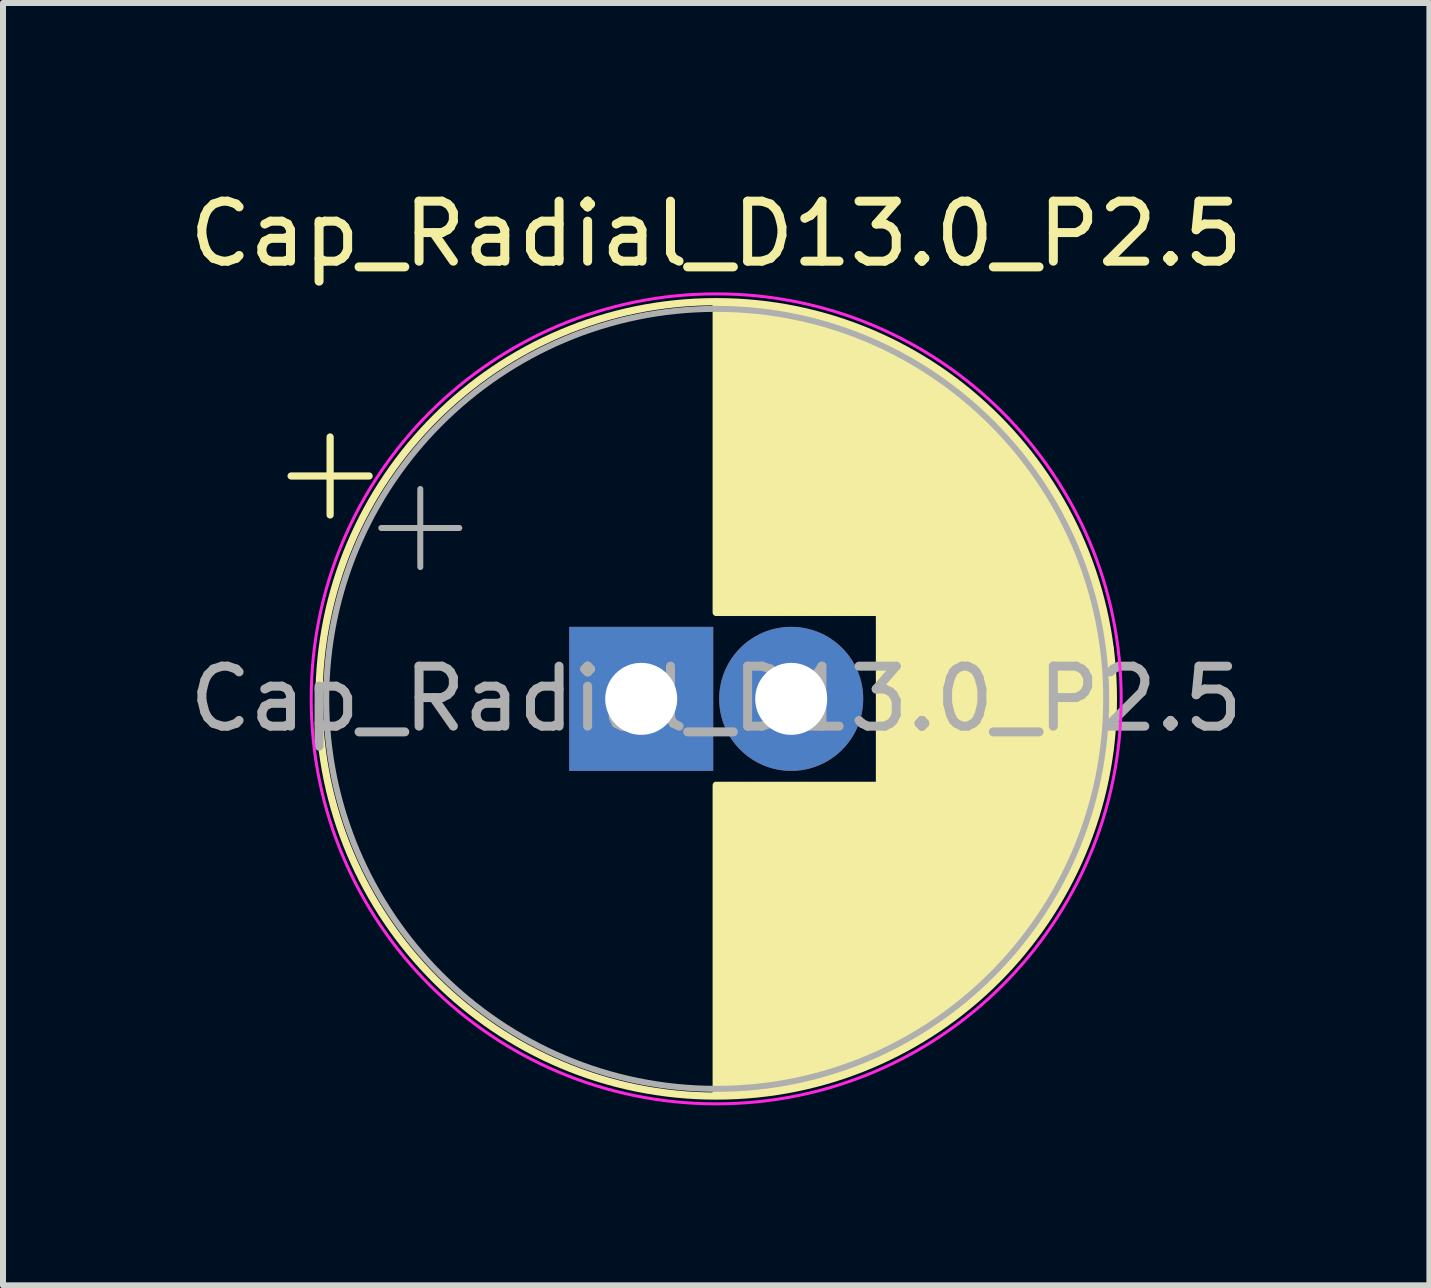
<source format=kicad_pcb>
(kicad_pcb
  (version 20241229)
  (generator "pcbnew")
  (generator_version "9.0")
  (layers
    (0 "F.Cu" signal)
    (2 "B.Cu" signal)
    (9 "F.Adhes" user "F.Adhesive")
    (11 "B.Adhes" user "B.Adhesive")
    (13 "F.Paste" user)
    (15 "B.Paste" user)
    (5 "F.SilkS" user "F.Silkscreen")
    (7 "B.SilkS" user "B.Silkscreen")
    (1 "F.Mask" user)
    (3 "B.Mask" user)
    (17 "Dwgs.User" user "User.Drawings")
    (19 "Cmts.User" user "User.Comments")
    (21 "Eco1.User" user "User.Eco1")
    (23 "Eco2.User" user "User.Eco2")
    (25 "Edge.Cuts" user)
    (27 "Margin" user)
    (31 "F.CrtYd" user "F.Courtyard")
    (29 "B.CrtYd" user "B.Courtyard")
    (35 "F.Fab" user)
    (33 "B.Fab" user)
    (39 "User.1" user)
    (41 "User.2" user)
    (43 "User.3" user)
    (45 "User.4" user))
  (footprint "Cap_Radial_D13.0_P2.5"
    (layer "F.Cu")
    (at 7.637 8.598)
    (property "Reference" "Cap_Radial_D13.0_P2.5" (at 1.25 -7.75 0) (layer "F.SilkS") (effects (font (size 1 1) (thickness 0.15))))
    (fp_line (start -5.835 -3.715) (end -4.535 -3.715) (stroke (width 0.12) (type solid)) (layer "F.SilkS"))
    (fp_line (start -5.185 -4.365) (end -5.185 -3.065) (stroke (width 0.12) (type solid)) (layer "F.SilkS"))
    (fp_line (start 1.25 -6.58) (end 1.25 -1.44) (stroke (width 0.12) (type solid)) (layer "F.SilkS"))
    (fp_line (start 1.25 1.44) (end 1.25 6.58) (stroke (width 0.12) (type solid)) (layer "F.SilkS"))
    (fp_line (start 1.29 -6.58) (end 1.29 -1.44) (stroke (width 0.12) (type solid)) (layer "F.SilkS"))
    (fp_line (start 1.29 1.44) (end 1.29 6.58) (stroke (width 0.12) (type solid)) (layer "F.SilkS"))
    (fp_line (start 1.33 -6.58) (end 1.33 -1.44) (stroke (width 0.12) (type solid)) (layer "F.SilkS"))
    (fp_line (start 1.33 1.44) (end 1.33 6.58) (stroke (width 0.12) (type solid)) (layer "F.SilkS"))
    (fp_line (start 1.37 -6.579) (end 1.37 -1.44) (stroke (width 0.12) (type solid)) (layer "F.SilkS"))
    (fp_line (start 1.37 1.44) (end 1.37 6.579) (stroke (width 0.12) (type solid)) (layer "F.SilkS"))
    (fp_line (start 1.41 -6.579) (end 1.41 -1.44) (stroke (width 0.12) (type solid)) (layer "F.SilkS"))
    (fp_line (start 1.41 1.44) (end 1.41 6.579) (stroke (width 0.12) (type solid)) (layer "F.SilkS"))
    (fp_line (start 1.45 -6.577) (end 1.45 -1.44) (stroke (width 0.12) (type solid)) (layer "F.SilkS"))
    (fp_line (start 1.45 1.44) (end 1.45 6.577) (stroke (width 0.12) (type solid)) (layer "F.SilkS"))
    (fp_line (start 1.49 -6.576) (end 1.49 -1.44) (stroke (width 0.12) (type solid)) (layer "F.SilkS"))
    (fp_line (start 1.49 1.44) (end 1.49 6.576) (stroke (width 0.12) (type solid)) (layer "F.SilkS"))
    (fp_line (start 1.53 -6.575) (end 1.53 -1.44) (stroke (width 0.12) (type solid)) (layer "F.SilkS"))
    (fp_line (start 1.53 1.44) (end 1.53 6.575) (stroke (width 0.12) (type solid)) (layer "F.SilkS"))
    (fp_line (start 1.57 -6.573) (end 1.57 -1.44) (stroke (width 0.12) (type solid)) (layer "F.SilkS"))
    (fp_line (start 1.57 1.44) (end 1.57 6.573) (stroke (width 0.12) (type solid)) (layer "F.SilkS"))
    (fp_line (start 1.61 -6.571) (end 1.61 -1.44) (stroke (width 0.12) (type solid)) (layer "F.SilkS"))
    (fp_line (start 1.61 1.44) (end 1.61 6.571) (stroke (width 0.12) (type solid)) (layer "F.SilkS"))
    (fp_line (start 1.65 -6.568) (end 1.65 -1.44) (stroke (width 0.12) (type solid)) (layer "F.SilkS"))
    (fp_line (start 1.65 1.44) (end 1.65 6.568) (stroke (width 0.12) (type solid)) (layer "F.SilkS"))
    (fp_line (start 1.69 -6.566) (end 1.69 -1.44) (stroke (width 0.12) (type solid)) (layer "F.SilkS"))
    (fp_line (start 1.69 1.44) (end 1.69 6.566) (stroke (width 0.12) (type solid)) (layer "F.SilkS"))
    (fp_line (start 1.73 -6.563) (end 1.73 -1.44) (stroke (width 0.12) (type solid)) (layer "F.SilkS"))
    (fp_line (start 1.73 1.44) (end 1.73 6.563) (stroke (width 0.12) (type solid)) (layer "F.SilkS"))
    (fp_line (start 1.77 -6.56) (end 1.77 -1.44) (stroke (width 0.12) (type solid)) (layer "F.SilkS"))
    (fp_line (start 1.77 1.44) (end 1.77 6.56) (stroke (width 0.12) (type solid)) (layer "F.SilkS"))
    (fp_line (start 1.81 -6.557) (end 1.81 -1.44) (stroke (width 0.12) (type solid)) (layer "F.SilkS"))
    (fp_line (start 1.81 1.44) (end 1.81 6.557) (stroke (width 0.12) (type solid)) (layer "F.SilkS"))
    (fp_line (start 1.85 -6.553) (end 1.85 -1.44) (stroke (width 0.12) (type solid)) (layer "F.SilkS"))
    (fp_line (start 1.85 1.44) (end 1.85 6.553) (stroke (width 0.12) (type solid)) (layer "F.SilkS"))
    (fp_line (start 1.89 -6.549) (end 1.89 -1.44) (stroke (width 0.12) (type solid)) (layer "F.SilkS"))
    (fp_line (start 1.89 1.44) (end 1.89 6.549) (stroke (width 0.12) (type solid)) (layer "F.SilkS"))
    (fp_line (start 1.93 -6.545) (end 1.93 -1.44) (stroke (width 0.12) (type solid)) (layer "F.SilkS"))
    (fp_line (start 1.93 1.44) (end 1.93 6.545) (stroke (width 0.12) (type solid)) (layer "F.SilkS"))
    (fp_line (start 1.971 -6.541) (end 1.971 -1.44) (stroke (width 0.12) (type solid)) (layer "F.SilkS"))
    (fp_line (start 1.971 1.44) (end 1.971 6.541) (stroke (width 0.12) (type solid)) (layer "F.SilkS"))
    (fp_line (start 2.011 -6.537) (end 2.011 -1.44) (stroke (width 0.12) (type solid)) (layer "F.SilkS"))
    (fp_line (start 2.011 1.44) (end 2.011 6.537) (stroke (width 0.12) (type solid)) (layer "F.SilkS"))
    (fp_line (start 2.051 -6.532) (end 2.051 -1.44) (stroke (width 0.12) (type solid)) (layer "F.SilkS"))
    (fp_line (start 2.051 1.44) (end 2.051 6.532) (stroke (width 0.12) (type solid)) (layer "F.SilkS"))
    (fp_line (start 2.091 -6.527) (end 2.091 -1.44) (stroke (width 0.12) (type solid)) (layer "F.SilkS"))
    (fp_line (start 2.091 1.44) (end 2.091 6.527) (stroke (width 0.12) (type solid)) (layer "F.SilkS"))
    (fp_line (start 2.131 -6.522) (end 2.131 -1.44) (stroke (width 0.12) (type solid)) (layer "F.SilkS"))
    (fp_line (start 2.131 1.44) (end 2.131 6.522) (stroke (width 0.12) (type solid)) (layer "F.SilkS"))
    (fp_line (start 2.171 -6.516) (end 2.171 -1.44) (stroke (width 0.12) (type solid)) (layer "F.SilkS"))
    (fp_line (start 2.171 1.44) (end 2.171 6.516) (stroke (width 0.12) (type solid)) (layer "F.SilkS"))
    (fp_line (start 2.211 -6.511) (end 2.211 -1.44) (stroke (width 0.12) (type solid)) (layer "F.SilkS"))
    (fp_line (start 2.211 1.44) (end 2.211 6.511) (stroke (width 0.12) (type solid)) (layer "F.SilkS"))
    (fp_line (start 2.251 -6.505) (end 2.251 -1.44) (stroke (width 0.12) (type solid)) (layer "F.SilkS"))
    (fp_line (start 2.251 1.44) (end 2.251 6.505) (stroke (width 0.12) (type solid)) (layer "F.SilkS"))
    (fp_line (start 2.291 -6.498) (end 2.291 -1.44) (stroke (width 0.12) (type solid)) (layer "F.SilkS"))
    (fp_line (start 2.291 1.44) (end 2.291 6.498) (stroke (width 0.12) (type solid)) (layer "F.SilkS"))
    (fp_line (start 2.331 -6.492) (end 2.331 -1.44) (stroke (width 0.12) (type solid)) (layer "F.SilkS"))
    (fp_line (start 2.331 1.44) (end 2.331 6.492) (stroke (width 0.12) (type solid)) (layer "F.SilkS"))
    (fp_line (start 2.371 -6.485) (end 2.371 -1.44) (stroke (width 0.12) (type solid)) (layer "F.SilkS"))
    (fp_line (start 2.371 1.44) (end 2.371 6.485) (stroke (width 0.12) (type solid)) (layer "F.SilkS"))
    (fp_line (start 2.411 -6.478) (end 2.411 -1.44) (stroke (width 0.12) (type solid)) (layer "F.SilkS"))
    (fp_line (start 2.411 1.44) (end 2.411 6.478) (stroke (width 0.12) (type solid)) (layer "F.SilkS"))
    (fp_line (start 2.451 -6.471) (end 2.451 -1.44) (stroke (width 0.12) (type solid)) (layer "F.SilkS"))
    (fp_line (start 2.451 1.44) (end 2.451 6.471) (stroke (width 0.12) (type solid)) (layer "F.SilkS"))
    (fp_line (start 2.491 -6.463) (end 2.491 -1.44) (stroke (width 0.12) (type solid)) (layer "F.SilkS"))
    (fp_line (start 2.491 1.44) (end 2.491 6.463) (stroke (width 0.12) (type solid)) (layer "F.SilkS"))
    (fp_line (start 2.531 -6.456) (end 2.531 -1.44) (stroke (width 0.12) (type solid)) (layer "F.SilkS"))
    (fp_line (start 2.531 1.44) (end 2.531 6.456) (stroke (width 0.12) (type solid)) (layer "F.SilkS"))
    (fp_line (start 2.571 -6.448) (end 2.571 -1.44) (stroke (width 0.12) (type solid)) (layer "F.SilkS"))
    (fp_line (start 2.571 1.44) (end 2.571 6.448) (stroke (width 0.12) (type solid)) (layer "F.SilkS"))
    (fp_line (start 2.611 -6.439) (end 2.611 -1.44) (stroke (width 0.12) (type solid)) (layer "F.SilkS"))
    (fp_line (start 2.611 1.44) (end 2.611 6.439) (stroke (width 0.12) (type solid)) (layer "F.SilkS"))
    (fp_line (start 2.651 -6.431) (end 2.651 -1.44) (stroke (width 0.12) (type solid)) (layer "F.SilkS"))
    (fp_line (start 2.651 1.44) (end 2.651 6.431) (stroke (width 0.12) (type solid)) (layer "F.SilkS"))
    (fp_line (start 2.691 -6.422) (end 2.691 -1.44) (stroke (width 0.12) (type solid)) (layer "F.SilkS"))
    (fp_line (start 2.691 1.44) (end 2.691 6.422) (stroke (width 0.12) (type solid)) (layer "F.SilkS"))
    (fp_line (start 2.731 -6.413) (end 2.731 -1.44) (stroke (width 0.12) (type solid)) (layer "F.SilkS"))
    (fp_line (start 2.731 1.44) (end 2.731 6.413) (stroke (width 0.12) (type solid)) (layer "F.SilkS"))
    (fp_line (start 2.771 -6.404) (end 2.771 -1.44) (stroke (width 0.12) (type solid)) (layer "F.SilkS"))
    (fp_line (start 2.771 1.44) (end 2.771 6.404) (stroke (width 0.12) (type solid)) (layer "F.SilkS"))
    (fp_line (start 2.811 -6.394) (end 2.811 -1.44) (stroke (width 0.12) (type solid)) (layer "F.SilkS"))
    (fp_line (start 2.811 1.44) (end 2.811 6.394) (stroke (width 0.12) (type solid)) (layer "F.SilkS"))
    (fp_line (start 2.851 -6.384) (end 2.851 -1.44) (stroke (width 0.12) (type solid)) (layer "F.SilkS"))
    (fp_line (start 2.851 1.44) (end 2.851 6.384) (stroke (width 0.12) (type solid)) (layer "F.SilkS"))
    (fp_line (start 2.891 -6.374) (end 2.891 -1.44) (stroke (width 0.12) (type solid)) (layer "F.SilkS"))
    (fp_line (start 2.891 1.44) (end 2.891 6.374) (stroke (width 0.12) (type solid)) (layer "F.SilkS"))
    (fp_line (start 2.931 -6.364) (end 2.931 -1.44) (stroke (width 0.12) (type solid)) (layer "F.SilkS"))
    (fp_line (start 2.931 1.44) (end 2.931 6.364) (stroke (width 0.12) (type solid)) (layer "F.SilkS"))
    (fp_line (start 2.971 -6.353) (end 2.971 -1.44) (stroke (width 0.12) (type solid)) (layer "F.SilkS"))
    (fp_line (start 2.971 1.44) (end 2.971 6.353) (stroke (width 0.12) (type solid)) (layer "F.SilkS"))
    (fp_line (start 3.011 -6.342) (end 3.011 -1.44) (stroke (width 0.12) (type solid)) (layer "F.SilkS"))
    (fp_line (start 3.011 1.44) (end 3.011 6.342) (stroke (width 0.12) (type solid)) (layer "F.SilkS"))
    (fp_line (start 3.051 -6.331) (end 3.051 -1.44) (stroke (width 0.12) (type solid)) (layer "F.SilkS"))
    (fp_line (start 3.051 1.44) (end 3.051 6.331) (stroke (width 0.12) (type solid)) (layer "F.SilkS"))
    (fp_line (start 3.091 -6.32) (end 3.091 -1.44) (stroke (width 0.12) (type solid)) (layer "F.SilkS"))
    (fp_line (start 3.091 1.44) (end 3.091 6.32) (stroke (width 0.12) (type solid)) (layer "F.SilkS"))
    (fp_line (start 3.131 -6.308) (end 3.131 -1.44) (stroke (width 0.12) (type solid)) (layer "F.SilkS"))
    (fp_line (start 3.131 1.44) (end 3.131 6.308) (stroke (width 0.12) (type solid)) (layer "F.SilkS"))
    (fp_line (start 3.171 -6.296) (end 3.171 -1.44) (stroke (width 0.12) (type solid)) (layer "F.SilkS"))
    (fp_line (start 3.171 1.44) (end 3.171 6.296) (stroke (width 0.12) (type solid)) (layer "F.SilkS"))
    (fp_line (start 3.211 -6.284) (end 3.211 -1.44) (stroke (width 0.12) (type solid)) (layer "F.SilkS"))
    (fp_line (start 3.211 1.44) (end 3.211 6.284) (stroke (width 0.12) (type solid)) (layer "F.SilkS"))
    (fp_line (start 3.251 -6.271) (end 3.251 -1.44) (stroke (width 0.12) (type solid)) (layer "F.SilkS"))
    (fp_line (start 3.251 1.44) (end 3.251 6.271) (stroke (width 0.12) (type solid)) (layer "F.SilkS"))
    (fp_line (start 3.291 -6.258) (end 3.291 -1.44) (stroke (width 0.12) (type solid)) (layer "F.SilkS"))
    (fp_line (start 3.291 1.44) (end 3.291 6.258) (stroke (width 0.12) (type solid)) (layer "F.SilkS"))
    (fp_line (start 3.331 -6.245) (end 3.331 -1.44) (stroke (width 0.12) (type solid)) (layer "F.SilkS"))
    (fp_line (start 3.331 1.44) (end 3.331 6.245) (stroke (width 0.12) (type solid)) (layer "F.SilkS"))
    (fp_line (start 3.371 -6.232) (end 3.371 -1.44) (stroke (width 0.12) (type solid)) (layer "F.SilkS"))
    (fp_line (start 3.371 1.44) (end 3.371 6.232) (stroke (width 0.12) (type solid)) (layer "F.SilkS"))
    (fp_line (start 3.411 -6.218) (end 3.411 -1.44) (stroke (width 0.12) (type solid)) (layer "F.SilkS"))
    (fp_line (start 3.411 1.44) (end 3.411 6.218) (stroke (width 0.12) (type solid)) (layer "F.SilkS"))
    (fp_line (start 3.451 -6.204) (end 3.451 -1.44) (stroke (width 0.12) (type solid)) (layer "F.SilkS"))
    (fp_line (start 3.451 1.44) (end 3.451 6.204) (stroke (width 0.12) (type solid)) (layer "F.SilkS"))
    (fp_line (start 3.491 -6.19) (end 3.491 -1.44) (stroke (width 0.12) (type solid)) (layer "F.SilkS"))
    (fp_line (start 3.491 1.44) (end 3.491 6.19) (stroke (width 0.12) (type solid)) (layer "F.SilkS"))
    (fp_line (start 3.531 -6.175) (end 3.531 -1.44) (stroke (width 0.12) (type solid)) (layer "F.SilkS"))
    (fp_line (start 3.531 1.44) (end 3.531 6.175) (stroke (width 0.12) (type solid)) (layer "F.SilkS"))
    (fp_line (start 3.571 -6.161) (end 3.571 -1.44) (stroke (width 0.12) (type solid)) (layer "F.SilkS"))
    (fp_line (start 3.571 1.44) (end 3.571 6.161) (stroke (width 0.12) (type solid)) (layer "F.SilkS"))
    (fp_line (start 3.611 -6.146) (end 3.611 -1.44) (stroke (width 0.12) (type solid)) (layer "F.SilkS"))
    (fp_line (start 3.611 1.44) (end 3.611 6.146) (stroke (width 0.12) (type solid)) (layer "F.SilkS"))
    (fp_line (start 3.651 -6.13) (end 3.651 -1.44) (stroke (width 0.12) (type solid)) (layer "F.SilkS"))
    (fp_line (start 3.651 1.44) (end 3.651 6.13) (stroke (width 0.12) (type solid)) (layer "F.SilkS"))
    (fp_line (start 3.691 -6.114) (end 3.691 -1.44) (stroke (width 0.12) (type solid)) (layer "F.SilkS"))
    (fp_line (start 3.691 1.44) (end 3.691 6.114) (stroke (width 0.12) (type solid)) (layer "F.SilkS"))
    (fp_line (start 3.731 -6.098) (end 3.731 -1.44) (stroke (width 0.12) (type solid)) (layer "F.SilkS"))
    (fp_line (start 3.731 1.44) (end 3.731 6.098) (stroke (width 0.12) (type solid)) (layer "F.SilkS"))
    (fp_line (start 3.771 -6.082) (end 3.771 -1.44) (stroke (width 0.12) (type solid)) (layer "F.SilkS"))
    (fp_line (start 3.771 1.44) (end 3.771 6.082) (stroke (width 0.12) (type solid)) (layer "F.SilkS"))
    (fp_line (start 3.811 -6.065) (end 3.811 -1.44) (stroke (width 0.12) (type solid)) (layer "F.SilkS"))
    (fp_line (start 3.811 1.44) (end 3.811 6.065) (stroke (width 0.12) (type solid)) (layer "F.SilkS"))
    (fp_line (start 3.851 -6.049) (end 3.851 -1.44) (stroke (width 0.12) (type solid)) (layer "F.SilkS"))
    (fp_line (start 3.851 1.44) (end 3.851 6.049) (stroke (width 0.12) (type solid)) (layer "F.SilkS"))
    (fp_line (start 3.891 -6.031) (end 3.891 -1.44) (stroke (width 0.12) (type solid)) (layer "F.SilkS"))
    (fp_line (start 3.891 1.44) (end 3.891 6.031) (stroke (width 0.12) (type solid)) (layer "F.SilkS"))
    (fp_line (start 3.931 -6.014) (end 3.931 -1.44) (stroke (width 0.12) (type solid)) (layer "F.SilkS"))
    (fp_line (start 3.931 1.44) (end 3.931 6.014) (stroke (width 0.12) (type solid)) (layer "F.SilkS"))
    (fp_line (start 3.971 -5.996) (end 3.971 5.996) (stroke (width 0.12) (type solid)) (layer "F.SilkS"))
    (fp_line (start 4.011 -5.978) (end 4.011 5.978) (stroke (width 0.12) (type solid)) (layer "F.SilkS"))
    (fp_line (start 4.051 -5.959) (end 4.051 5.959) (stroke (width 0.12) (type solid)) (layer "F.SilkS"))
    (fp_line (start 4.091 -5.94) (end 4.091 5.94) (stroke (width 0.12) (type solid)) (layer "F.SilkS"))
    (fp_line (start 4.131 -5.921) (end 4.131 5.921) (stroke (width 0.12) (type solid)) (layer "F.SilkS"))
    (fp_line (start 4.171 -5.902) (end 4.171 5.902) (stroke (width 0.12) (type solid)) (layer "F.SilkS"))
    (fp_line (start 4.211 -5.882) (end 4.211 5.882) (stroke (width 0.12) (type solid)) (layer "F.SilkS"))
    (fp_line (start 4.251 -5.862) (end 4.251 5.862) (stroke (width 0.12) (type solid)) (layer "F.SilkS"))
    (fp_line (start 4.291 -5.841) (end 4.291 5.841) (stroke (width 0.12) (type solid)) (layer "F.SilkS"))
    (fp_line (start 4.331 -5.82) (end 4.331 5.82) (stroke (width 0.12) (type solid)) (layer "F.SilkS"))
    (fp_line (start 4.371 -5.799) (end 4.371 5.799) (stroke (width 0.12) (type solid)) (layer "F.SilkS"))
    (fp_line (start 4.411 -5.778) (end 4.411 5.778) (stroke (width 0.12) (type solid)) (layer "F.SilkS"))
    (fp_line (start 4.451 -5.756) (end 4.451 5.756) (stroke (width 0.12) (type solid)) (layer "F.SilkS"))
    (fp_line (start 4.491 -5.733) (end 4.491 5.733) (stroke (width 0.12) (type solid)) (layer "F.SilkS"))
    (fp_line (start 4.531 -5.711) (end 4.531 5.711) (stroke (width 0.12) (type solid)) (layer "F.SilkS"))
    (fp_line (start 4.571 -5.688) (end 4.571 5.688) (stroke (width 0.12) (type solid)) (layer "F.SilkS"))
    (fp_line (start 4.611 -5.664) (end 4.611 5.664) (stroke (width 0.12) (type solid)) (layer "F.SilkS"))
    (fp_line (start 4.651 -5.641) (end 4.651 5.641) (stroke (width 0.12) (type solid)) (layer "F.SilkS"))
    (fp_line (start 4.691 -5.617) (end 4.691 5.617) (stroke (width 0.12) (type solid)) (layer "F.SilkS"))
    (fp_line (start 4.731 -5.592) (end 4.731 5.592) (stroke (width 0.12) (type solid)) (layer "F.SilkS"))
    (fp_line (start 4.771 -5.567) (end 4.771 5.567) (stroke (width 0.12) (type solid)) (layer "F.SilkS"))
    (fp_line (start 4.811 -5.542) (end 4.811 5.542) (stroke (width 0.12) (type solid)) (layer "F.SilkS"))
    (fp_line (start 4.851 -5.516) (end 4.851 5.516) (stroke (width 0.12) (type solid)) (layer "F.SilkS"))
    (fp_line (start 4.891 -5.49) (end 4.891 5.49) (stroke (width 0.12) (type solid)) (layer "F.SilkS"))
    (fp_line (start 4.931 -5.463) (end 4.931 5.463) (stroke (width 0.12) (type solid)) (layer "F.SilkS"))
    (fp_line (start 4.971 -5.436) (end 4.971 5.436) (stroke (width 0.12) (type solid)) (layer "F.SilkS"))
    (fp_line (start 5.011 -5.409) (end 5.011 5.409) (stroke (width 0.12) (type solid)) (layer "F.SilkS"))
    (fp_line (start 5.051 -5.381) (end 5.051 5.381) (stroke (width 0.12) (type solid)) (layer "F.SilkS"))
    (fp_line (start 5.091 -5.353) (end 5.091 5.353) (stroke (width 0.12) (type solid)) (layer "F.SilkS"))
    (fp_line (start 5.131 -5.324) (end 5.131 5.324) (stroke (width 0.12) (type solid)) (layer "F.SilkS"))
    (fp_line (start 5.171 -5.295) (end 5.171 5.295) (stroke (width 0.12) (type solid)) (layer "F.SilkS"))
    (fp_line (start 5.211 -5.265) (end 5.211 5.265) (stroke (width 0.12) (type solid)) (layer "F.SilkS"))
    (fp_line (start 5.251 -5.235) (end 5.251 5.235) (stroke (width 0.12) (type solid)) (layer "F.SilkS"))
    (fp_line (start 5.291 -5.205) (end 5.291 5.205) (stroke (width 0.12) (type solid)) (layer "F.SilkS"))
    (fp_line (start 5.331 -5.174) (end 5.331 5.174) (stroke (width 0.12) (type solid)) (layer "F.SilkS"))
    (fp_line (start 5.371 -5.142) (end 5.371 5.142) (stroke (width 0.12) (type solid)) (layer "F.SilkS"))
    (fp_line (start 5.411 -5.11) (end 5.411 5.11) (stroke (width 0.12) (type solid)) (layer "F.SilkS"))
    (fp_line (start 5.451 -5.078) (end 5.451 5.078) (stroke (width 0.12) (type solid)) (layer "F.SilkS"))
    (fp_line (start 5.491 -5.044) (end 5.491 5.044) (stroke (width 0.12) (type solid)) (layer "F.SilkS"))
    (fp_line (start 5.531 -5.011) (end 5.531 5.011) (stroke (width 0.12) (type solid)) (layer "F.SilkS"))
    (fp_line (start 5.571 -4.977) (end 5.571 4.977) (stroke (width 0.12) (type solid)) (layer "F.SilkS"))
    (fp_line (start 5.611 -4.942) (end 5.611 4.942) (stroke (width 0.12) (type solid)) (layer "F.SilkS"))
    (fp_line (start 5.651 -4.907) (end 5.651 4.907) (stroke (width 0.12) (type solid)) (layer "F.SilkS"))
    (fp_line (start 5.691 -4.871) (end 5.691 4.871) (stroke (width 0.12) (type solid)) (layer "F.SilkS"))
    (fp_line (start 5.731 -4.834) (end 5.731 4.834) (stroke (width 0.12) (type solid)) (layer "F.SilkS"))
    (fp_line (start 5.771 -4.797) (end 5.771 4.797) (stroke (width 0.12) (type solid)) (layer "F.SilkS"))
    (fp_line (start 5.811 -4.76) (end 5.811 4.76) (stroke (width 0.12) (type solid)) (layer "F.SilkS"))
    (fp_line (start 5.851 -4.721) (end 5.851 4.721) (stroke (width 0.12) (type solid)) (layer "F.SilkS"))
    (fp_line (start 5.891 -4.682) (end 5.891 4.682) (stroke (width 0.12) (type solid)) (layer "F.SilkS"))
    (fp_line (start 5.931 -4.643) (end 5.931 4.643) (stroke (width 0.12) (type solid)) (layer "F.SilkS"))
    (fp_line (start 5.971 -4.602) (end 5.971 4.602) (stroke (width 0.12) (type solid)) (layer "F.SilkS"))
    (fp_line (start 6.011 -4.561) (end 6.011 4.561) (stroke (width 0.12) (type solid)) (layer "F.SilkS"))
    (fp_line (start 6.051 -4.519) (end 6.051 4.519) (stroke (width 0.12) (type solid)) (layer "F.SilkS"))
    (fp_line (start 6.091 -4.477) (end 6.091 4.477) (stroke (width 0.12) (type solid)) (layer "F.SilkS"))
    (fp_line (start 6.131 -4.434) (end 6.131 4.434) (stroke (width 0.12) (type solid)) (layer "F.SilkS"))
    (fp_line (start 6.171 -4.39) (end 6.171 4.39) (stroke (width 0.12) (type solid)) (layer "F.SilkS"))
    (fp_line (start 6.211 -4.345) (end 6.211 4.345) (stroke (width 0.12) (type solid)) (layer "F.SilkS"))
    (fp_line (start 6.251 -4.299) (end 6.251 4.299) (stroke (width 0.12) (type solid)) (layer "F.SilkS"))
    (fp_line (start 6.291 -4.253) (end 6.291 4.253) (stroke (width 0.12) (type solid)) (layer "F.SilkS"))
    (fp_line (start 6.331 -4.205) (end 6.331 4.205) (stroke (width 0.12) (type solid)) (layer "F.SilkS"))
    (fp_line (start 6.371 -4.157) (end 6.371 4.157) (stroke (width 0.12) (type solid)) (layer "F.SilkS"))
    (fp_line (start 6.411 -4.108) (end 6.411 4.108) (stroke (width 0.12) (type solid)) (layer "F.SilkS"))
    (fp_line (start 6.451 -4.057) (end 6.451 4.057) (stroke (width 0.12) (type solid)) (layer "F.SilkS"))
    (fp_line (start 6.491 -4.006) (end 6.491 4.006) (stroke (width 0.12) (type solid)) (layer "F.SilkS"))
    (fp_line (start 6.531 -3.954) (end 6.531 3.954) (stroke (width 0.12) (type solid)) (layer "F.SilkS"))
    (fp_line (start 6.571 -3.9) (end 6.571 3.9) (stroke (width 0.12) (type solid)) (layer "F.SilkS"))
    (fp_line (start 6.611 -3.846) (end 6.611 3.846) (stroke (width 0.12) (type solid)) (layer "F.SilkS"))
    (fp_line (start 6.651 -3.79) (end 6.651 3.79) (stroke (width 0.12) (type solid)) (layer "F.SilkS"))
    (fp_line (start 6.691 -3.733) (end 6.691 3.733) (stroke (width 0.12) (type solid)) (layer "F.SilkS"))
    (fp_line (start 6.731 -3.675) (end 6.731 3.675) (stroke (width 0.12) (type solid)) (layer "F.SilkS"))
    (fp_line (start 6.771 -3.615) (end 6.771 3.615) (stroke (width 0.12) (type solid)) (layer "F.SilkS"))
    (fp_line (start 6.811 -3.554) (end 6.811 3.554) (stroke (width 0.12) (type solid)) (layer "F.SilkS"))
    (fp_line (start 6.851 -3.491) (end 6.851 3.491) (stroke (width 0.12) (type solid)) (layer "F.SilkS"))
    (fp_line (start 6.891 -3.427) (end 6.891 3.427) (stroke (width 0.12) (type solid)) (layer "F.SilkS"))
    (fp_line (start 6.931 -3.361) (end 6.931 3.361) (stroke (width 0.12) (type solid)) (layer "F.SilkS"))
    (fp_line (start 6.971 -3.293) (end 6.971 3.293) (stroke (width 0.12) (type solid)) (layer "F.SilkS"))
    (fp_line (start 7.011 -3.223) (end 7.011 3.223) (stroke (width 0.12) (type solid)) (layer "F.SilkS"))
    (fp_line (start 7.051 -3.152) (end 7.051 3.152) (stroke (width 0.12) (type solid)) (layer "F.SilkS"))
    (fp_line (start 7.091 -3.078) (end 7.091 3.078) (stroke (width 0.12) (type solid)) (layer "F.SilkS"))
    (fp_line (start 7.131 -3.002) (end 7.131 3.002) (stroke (width 0.12) (type solid)) (layer "F.SilkS"))
    (fp_line (start 7.171 -2.923) (end 7.171 2.923) (stroke (width 0.12) (type solid)) (layer "F.SilkS"))
    (fp_line (start 7.211 -2.842) (end 7.211 2.842) (stroke (width 0.12) (type solid)) (layer "F.SilkS"))
    (fp_line (start 7.251 -2.758) (end 7.251 2.758) (stroke (width 0.12) (type solid)) (layer "F.SilkS"))
    (fp_line (start 7.291 -2.67) (end 7.291 2.67) (stroke (width 0.12) (type solid)) (layer "F.SilkS"))
    (fp_line (start 7.331 -2.579) (end 7.331 2.579) (stroke (width 0.12) (type solid)) (layer "F.SilkS"))
    (fp_line (start 7.371 -2.484) (end 7.371 2.484) (stroke (width 0.12) (type solid)) (layer "F.SilkS"))
    (fp_line (start 7.411 -2.385) (end 7.411 2.385) (stroke (width 0.12) (type solid)) (layer "F.SilkS"))
    (fp_line (start 7.451 -2.281) (end 7.451 2.281) (stroke (width 0.12) (type solid)) (layer "F.SilkS"))
    (fp_line (start 7.491 -2.171) (end 7.491 2.171) (stroke (width 0.12) (type solid)) (layer "F.SilkS"))
    (fp_line (start 7.531 -2.055) (end 7.531 2.055) (stroke (width 0.12) (type solid)) (layer "F.SilkS"))
    (fp_line (start 7.571 -1.931) (end 7.571 1.931) (stroke (width 0.12) (type solid)) (layer "F.SilkS"))
    (fp_line (start 7.611 -1.798) (end 7.611 1.798) (stroke (width 0.12) (type solid)) (layer "F.SilkS"))
    (fp_line (start 7.651 -1.653) (end 7.651 1.653) (stroke (width 0.12) (type solid)) (layer "F.SilkS"))
    (fp_line (start 7.691 -1.494) (end 7.691 1.494) (stroke (width 0.12) (type solid)) (layer "F.SilkS"))
    (fp_line (start 7.731 -1.315) (end 7.731 1.315) (stroke (width 0.12) (type solid)) (layer "F.SilkS"))
    (fp_line (start 7.771 -1.107) (end 7.771 1.107) (stroke (width 0.12) (type solid)) (layer "F.SilkS"))
    (fp_line (start 7.811 -0.85) (end 7.811 0.85) (stroke (width 0.12) (type solid)) (layer "F.SilkS"))
    (fp_line (start 7.851 -0.475) (end 7.851 0.475) (stroke (width 0.12) (type solid)) (layer "F.SilkS"))
    (fp_circle (center 1.25 0) (end 7.87 0) (stroke (width 0.12) (type solid)) (fill no) (layer "F.SilkS"))
    (fp_circle (center 1.25 0) (end 8 0) (stroke (width 0.05) (type solid)) (fill no) (layer "F.CrtYd"))
    (fp_line (start -4.332 -2.848) (end -3.032 -2.848) (stroke (width 0.1) (type solid)) (layer "F.Fab"))
    (fp_line (start -3.682 -3.498) (end -3.682 -2.197) (stroke (width 0.1) (type solid)) (layer "F.Fab"))
    (fp_circle (center 1.25 0) (end 7.75 0) (stroke (width 0.1) (type solid)) (fill no) (layer "F.Fab"))
    (fp_text user "${REFERENCE}" (at 1.25 0 0) (layer "F.Fab") (effects (font (size 1 1) (thickness 0.15))))
    (pad "1" thru_hole rect (at 0 0) (size 2.4 2.4) (drill 1.2) (layers "*.Cu" "*.Mask"))
    (pad "2" thru_hole circle (at 2.5 0) (size 2.4 2.4) (drill 1.2) (layers "*.Cu" "*.Mask")))
  (gr_rect
    (start -3 -3)
    (end 20.774 18.373)
    (stroke (width 0.1) (type default))
    (fill no)
    (layer "Edge.Cuts")))
</source>
